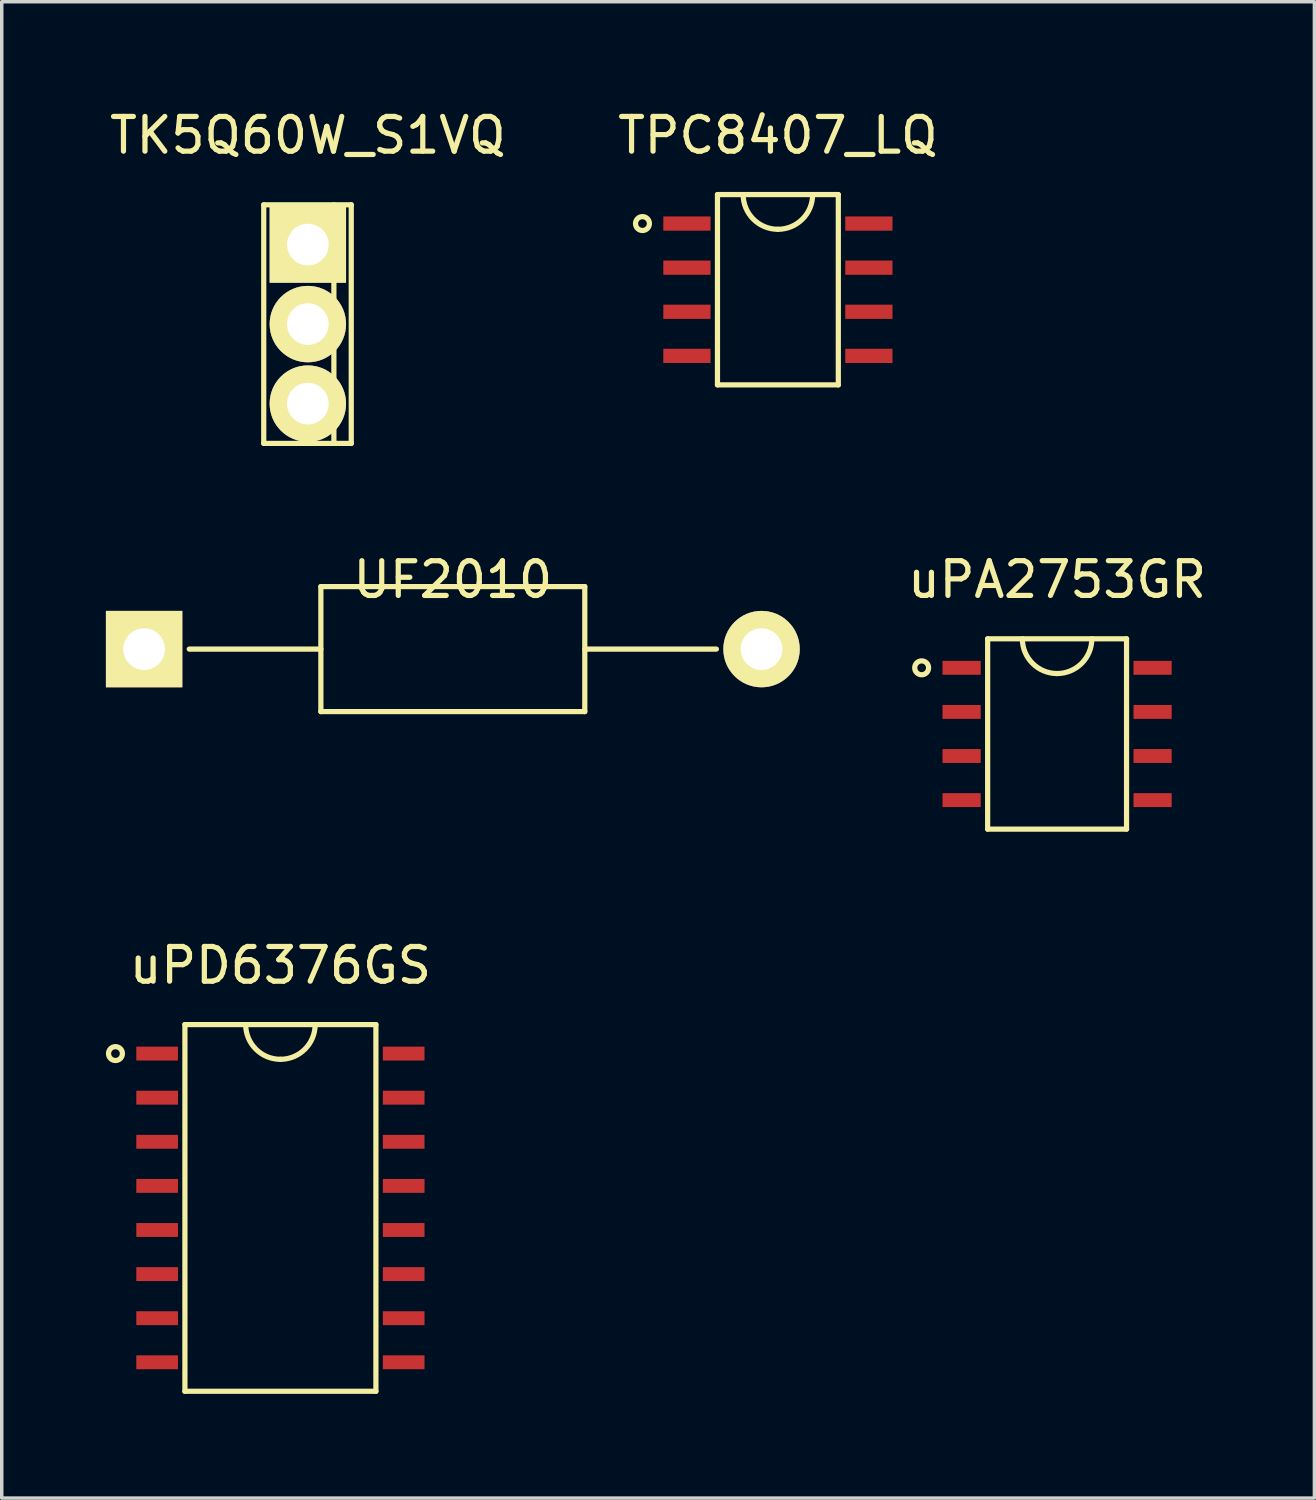
<source format=kicad_pcb>
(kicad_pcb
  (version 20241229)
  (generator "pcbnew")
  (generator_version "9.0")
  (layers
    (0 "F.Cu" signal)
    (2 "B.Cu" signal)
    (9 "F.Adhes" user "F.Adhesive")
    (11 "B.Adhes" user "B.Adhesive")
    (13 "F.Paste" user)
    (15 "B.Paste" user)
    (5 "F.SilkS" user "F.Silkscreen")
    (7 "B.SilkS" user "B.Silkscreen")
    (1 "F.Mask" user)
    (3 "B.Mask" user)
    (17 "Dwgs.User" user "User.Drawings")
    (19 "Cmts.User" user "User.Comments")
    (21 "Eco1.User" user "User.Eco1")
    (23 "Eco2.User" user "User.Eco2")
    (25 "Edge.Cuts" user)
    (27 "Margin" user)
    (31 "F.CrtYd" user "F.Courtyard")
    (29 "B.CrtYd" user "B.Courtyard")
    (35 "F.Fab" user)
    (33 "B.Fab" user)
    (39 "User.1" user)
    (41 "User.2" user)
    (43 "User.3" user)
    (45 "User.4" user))
  (footprint "uPD6376GS"
    (layer "F.Cu")
    (at 1.475 27.29)
    (property "Reference" "uPD6376GS" (at 3.55 -2.54 0) (layer "F.SilkS") (effects (font (size 1 1) (thickness 0.15))))
    (attr through_hole)
    (fp_line (start 0.8 -0.835) (end 6.3 -0.835) (stroke (width 0.15) (type solid)) (layer "F.SilkS"))
    (fp_line (start 0.8 9.725) (end 0.8 -0.835) (stroke (width 0.15) (type solid)) (layer "F.SilkS"))
    (fp_line (start 6.3 -0.835) (end 6.3 9.725) (stroke (width 0.15) (type solid)) (layer "F.SilkS"))
    (fp_line (start 6.3 9.725) (end 0.8 9.725) (stroke (width 0.15) (type solid)) (layer "F.SilkS"))
    (fp_arc (start 3.55 0.165) (mid 2.842893 -0.127893) (end 2.55 -0.835) (stroke (width 0.15) (type solid)) (layer "F.SilkS"))
    (fp_arc (start 4.55 -0.835) (mid 4.257107 -0.127893) (end 3.55 0.165) (stroke (width 0.15) (type solid)) (layer "F.SilkS"))
    (fp_circle (center -1.2 0) (end -1.2 0.2) (stroke (width 0.15) (type solid)) (fill no) (layer "F.SilkS"))
    (pad "1" smd rect (at 0 0) (size 1.2 0.4) (layers "F.Cu" "F.Mask" "F.Paste"))
    (pad "2" smd rect (at 0 1.27) (size 1.2 0.4) (layers "F.Cu" "F.Mask" "F.Paste"))
    (pad "3" smd rect (at 0 2.54) (size 1.2 0.4) (layers "F.Cu" "F.Mask" "F.Paste"))
    (pad "4" smd rect (at 0 3.81) (size 1.2 0.4) (layers "F.Cu" "F.Mask" "F.Paste"))
    (pad "5" smd rect (at 0 5.08) (size 1.2 0.4) (layers "F.Cu" "F.Mask" "F.Paste"))
    (pad "6" smd rect (at 0 6.35) (size 1.2 0.4) (layers "F.Cu" "F.Mask" "F.Paste"))
    (pad "7" smd rect (at 0 7.62) (size 1.2 0.4) (layers "F.Cu" "F.Mask" "F.Paste"))
    (pad "8" smd rect (at 0 8.89) (size 1.2 0.4) (layers "F.Cu" "F.Mask" "F.Paste"))
    (pad "9" smd rect (at 7.1 8.89) (size 1.2 0.4) (layers "F.Cu" "F.Mask" "F.Paste"))
    (pad "10" smd rect (at 7.1 7.62) (size 1.2 0.4) (layers "F.Cu" "F.Mask" "F.Paste"))
    (pad "11" smd rect (at 7.1 6.35) (size 1.2 0.4) (layers "F.Cu" "F.Mask" "F.Paste"))
    (pad "12" smd rect (at 7.1 5.08) (size 1.2 0.4) (layers "F.Cu" "F.Mask" "F.Paste"))
    (pad "13" smd rect (at 7.1 3.81) (size 1.2 0.4) (layers "F.Cu" "F.Mask" "F.Paste"))
    (pad "14" smd rect (at 7.1 2.54) (size 1.2 0.4) (layers "F.Cu" "F.Mask" "F.Paste"))
    (pad "15" smd rect (at 7.1 1.27) (size 1.2 0.4) (layers "F.Cu" "F.Mask" "F.Paste"))
    (pad "16" smd rect (at 7.1 0) (size 1.2 0.4) (layers "F.Cu" "F.Mask" "F.Paste")))
  (footprint "TPC8407_LQ"
    (layer "F.Cu")
    (at 16.731 3.388)
    (property "Reference" "TPC8407_LQ" (at 2.62 -2.54 0) (layer "F.SilkS") (effects (font (size 1 1) (thickness 0.15))))
    (attr through_hole)
    (fp_line (start 0.88 -0.835) (end 4.36 -0.835) (stroke (width 0.15) (type solid)) (layer "F.SilkS"))
    (fp_line (start 0.88 4.645) (end 0.88 -0.835) (stroke (width 0.15) (type solid)) (layer "F.SilkS"))
    (fp_line (start 4.36 -0.835) (end 4.36 4.645) (stroke (width 0.15) (type solid)) (layer "F.SilkS"))
    (fp_line (start 4.36 4.645) (end 0.88 4.645) (stroke (width 0.15) (type solid)) (layer "F.SilkS"))
    (fp_arc (start 2.62 0.165) (mid 1.912893 -0.127893) (end 1.62 -0.835) (stroke (width 0.15) (type solid)) (layer "F.SilkS"))
    (fp_arc (start 3.62 -0.835) (mid 3.327107 -0.127893) (end 2.62 0.165) (stroke (width 0.15) (type solid)) (layer "F.SilkS"))
    (fp_circle (center -1.28 0) (end -1.28 0.2) (stroke (width 0.15) (type solid)) (fill no) (layer "F.SilkS"))
    (pad "1" smd rect (at 0 0) (size 1.36 0.41) (layers "F.Cu" "F.Mask" "F.Paste"))
    (pad "2" smd rect (at 0 1.27) (size 1.36 0.41) (layers "F.Cu" "F.Mask" "F.Paste"))
    (pad "3" smd rect (at 0 2.54) (size 1.36 0.41) (layers "F.Cu" "F.Mask" "F.Paste"))
    (pad "4" smd rect (at 0 3.81) (size 1.36 0.41) (layers "F.Cu" "F.Mask" "F.Paste"))
    (pad "5" smd rect (at 5.24 3.81) (size 1.36 0.41) (layers "F.Cu" "F.Mask" "F.Paste"))
    (pad "6" smd rect (at 5.24 2.54) (size 1.36 0.41) (layers "F.Cu" "F.Mask" "F.Paste"))
    (pad "7" smd rect (at 5.24 1.27) (size 1.36 0.41) (layers "F.Cu" "F.Mask" "F.Paste"))
    (pad "8" smd rect (at 5.24 0) (size 1.36 0.41) (layers "F.Cu" "F.Mask" "F.Paste")))
  (footprint "UF2010"
    (layer "F.Cu")
    (at 1.1 15.642)
    (property "Reference" "UF2010" (at 8.89 -2 0) (layer "F.SilkS") (effects (font (size 1 1) (thickness 0.15))))
    (attr through_hole)
    (fp_line (start 1.3 0) (end 5.09 0) (stroke (width 0.15) (type solid)) (layer "F.SilkS"))
    (fp_line (start 5.09 -1.8) (end 5.09 1.8) (stroke (width 0.15) (type solid)) (layer "F.SilkS"))
    (fp_line (start 5.09 -1.8) (end 12.69 -1.8) (stroke (width 0.15) (type solid)) (layer "F.SilkS"))
    (fp_line (start 5.09 1.8) (end 12.69 1.8) (stroke (width 0.15) (type solid)) (layer "F.SilkS"))
    (fp_line (start 12.69 0) (end 16.48 0) (stroke (width 0.15) (type solid)) (layer "F.SilkS"))
    (fp_line (start 12.69 1.8) (end 12.69 -1.8) (stroke (width 0.15) (type solid)) (layer "F.SilkS"))
    (pad "1" thru_hole rect (at 0 0) (size 2.2 2.2) (drill 1.2) (layers "*.Cu" "*.Mask" "F.SilkS"))
    (pad "2" thru_hole circle (at 17.78 0) (size 2.2 2.2) (drill 1.2) (layers "*.Cu" "*.Mask" "F.SilkS")))
  (footprint "uPA2753GR"
    (layer "F.Cu")
    (at 24.641 16.181)
    (property "Reference" "uPA2753GR" (at 2.75 -2.54 0) (layer "F.SilkS") (effects (font (size 1 1) (thickness 0.15))))
    (attr through_hole)
    (fp_line (start 0.75 -0.835) (end 4.75 -0.835) (stroke (width 0.15) (type solid)) (layer "F.SilkS"))
    (fp_line (start 0.75 4.645) (end 0.75 -0.835) (stroke (width 0.15) (type solid)) (layer "F.SilkS"))
    (fp_line (start 4.75 -0.835) (end 4.75 4.645) (stroke (width 0.15) (type solid)) (layer "F.SilkS"))
    (fp_line (start 4.75 4.645) (end 0.75 4.645) (stroke (width 0.15) (type solid)) (layer "F.SilkS"))
    (fp_arc (start 2.75 0.165) (mid 2.042893 -0.127893) (end 1.75 -0.835) (stroke (width 0.15) (type solid)) (layer "F.SilkS"))
    (fp_arc (start 3.75 -0.835) (mid 3.457107 -0.127893) (end 2.75 0.165) (stroke (width 0.15) (type solid)) (layer "F.SilkS"))
    (fp_circle (center -1.15 0) (end -1.15 0.2) (stroke (width 0.15) (type solid)) (fill no) (layer "F.SilkS"))
    (pad "1" smd rect (at 0 0) (size 1.1 0.4) (layers "F.Cu" "F.Mask" "F.Paste"))
    (pad "2" smd rect (at 0 1.27) (size 1.1 0.4) (layers "F.Cu" "F.Mask" "F.Paste"))
    (pad "3" smd rect (at 0 2.54) (size 1.1 0.4) (layers "F.Cu" "F.Mask" "F.Paste"))
    (pad "4" smd rect (at 0 3.81) (size 1.1 0.4) (layers "F.Cu" "F.Mask" "F.Paste"))
    (pad "5" smd rect (at 5.5 3.81) (size 1.1 0.4) (layers "F.Cu" "F.Mask" "F.Paste"))
    (pad "6" smd rect (at 5.5 2.54) (size 1.1 0.4) (layers "F.Cu" "F.Mask" "F.Paste"))
    (pad "7" smd rect (at 5.5 1.27) (size 1.1 0.4) (layers "F.Cu" "F.Mask" "F.Paste"))
    (pad "8" smd rect (at 5.5 0) (size 1.1 0.4) (layers "F.Cu" "F.Mask" "F.Paste")))
  (footprint "TK5Q60W_S1VQ"
    (layer "F.Cu")
    (at 5.815 3.993)
    (property "Reference" "TK5Q60W_S1VQ" (at 0 -3.145 0) (layer "F.SilkS") (effects (font (size 1 1) (thickness 0.15))))
    (attr through_hole)
    (fp_line (start -1.27 -1.145) (end -1.27 5.725) (stroke (width 0.15) (type solid)) (layer "F.SilkS"))
    (fp_line (start -1.27 -1.145) (end 1.25 -1.145) (stroke (width 0.15) (type solid)) (layer "F.SilkS"))
    (fp_line (start -1.27 5.725) (end 1.25 5.725) (stroke (width 0.15) (type solid)) (layer "F.SilkS"))
    (fp_line (start 0.75 -1.145) (end 0.75 5.725) (stroke (width 0.15) (type solid)) (layer "F.SilkS"))
    (fp_line (start 1.25 -1.145) (end 1.25 5.725) (stroke (width 0.15) (type solid)) (layer "F.SilkS"))
    (pad "1" thru_hole rect (at 0 0) (size 2.2 2.2) (drill 1.2) (layers "*.Cu" "*.Mask" "F.SilkS"))
    (pad "2" thru_hole circle (at 0 2.29) (size 2.2 2.2) (drill 1.2) (layers "*.Cu" "*.Mask" "F.SilkS"))
    (pad "3" thru_hole circle (at 0 4.58) (size 2.2 2.2) (drill 1.2) (layers "*.Cu" "*.Mask" "F.SilkS")))
  (gr_rect
    (start -3 -3)
    (end 34.801 40.09)
    (stroke (width 0.1) (type default))
    (fill no)
    (layer "Edge.Cuts")))
</source>
